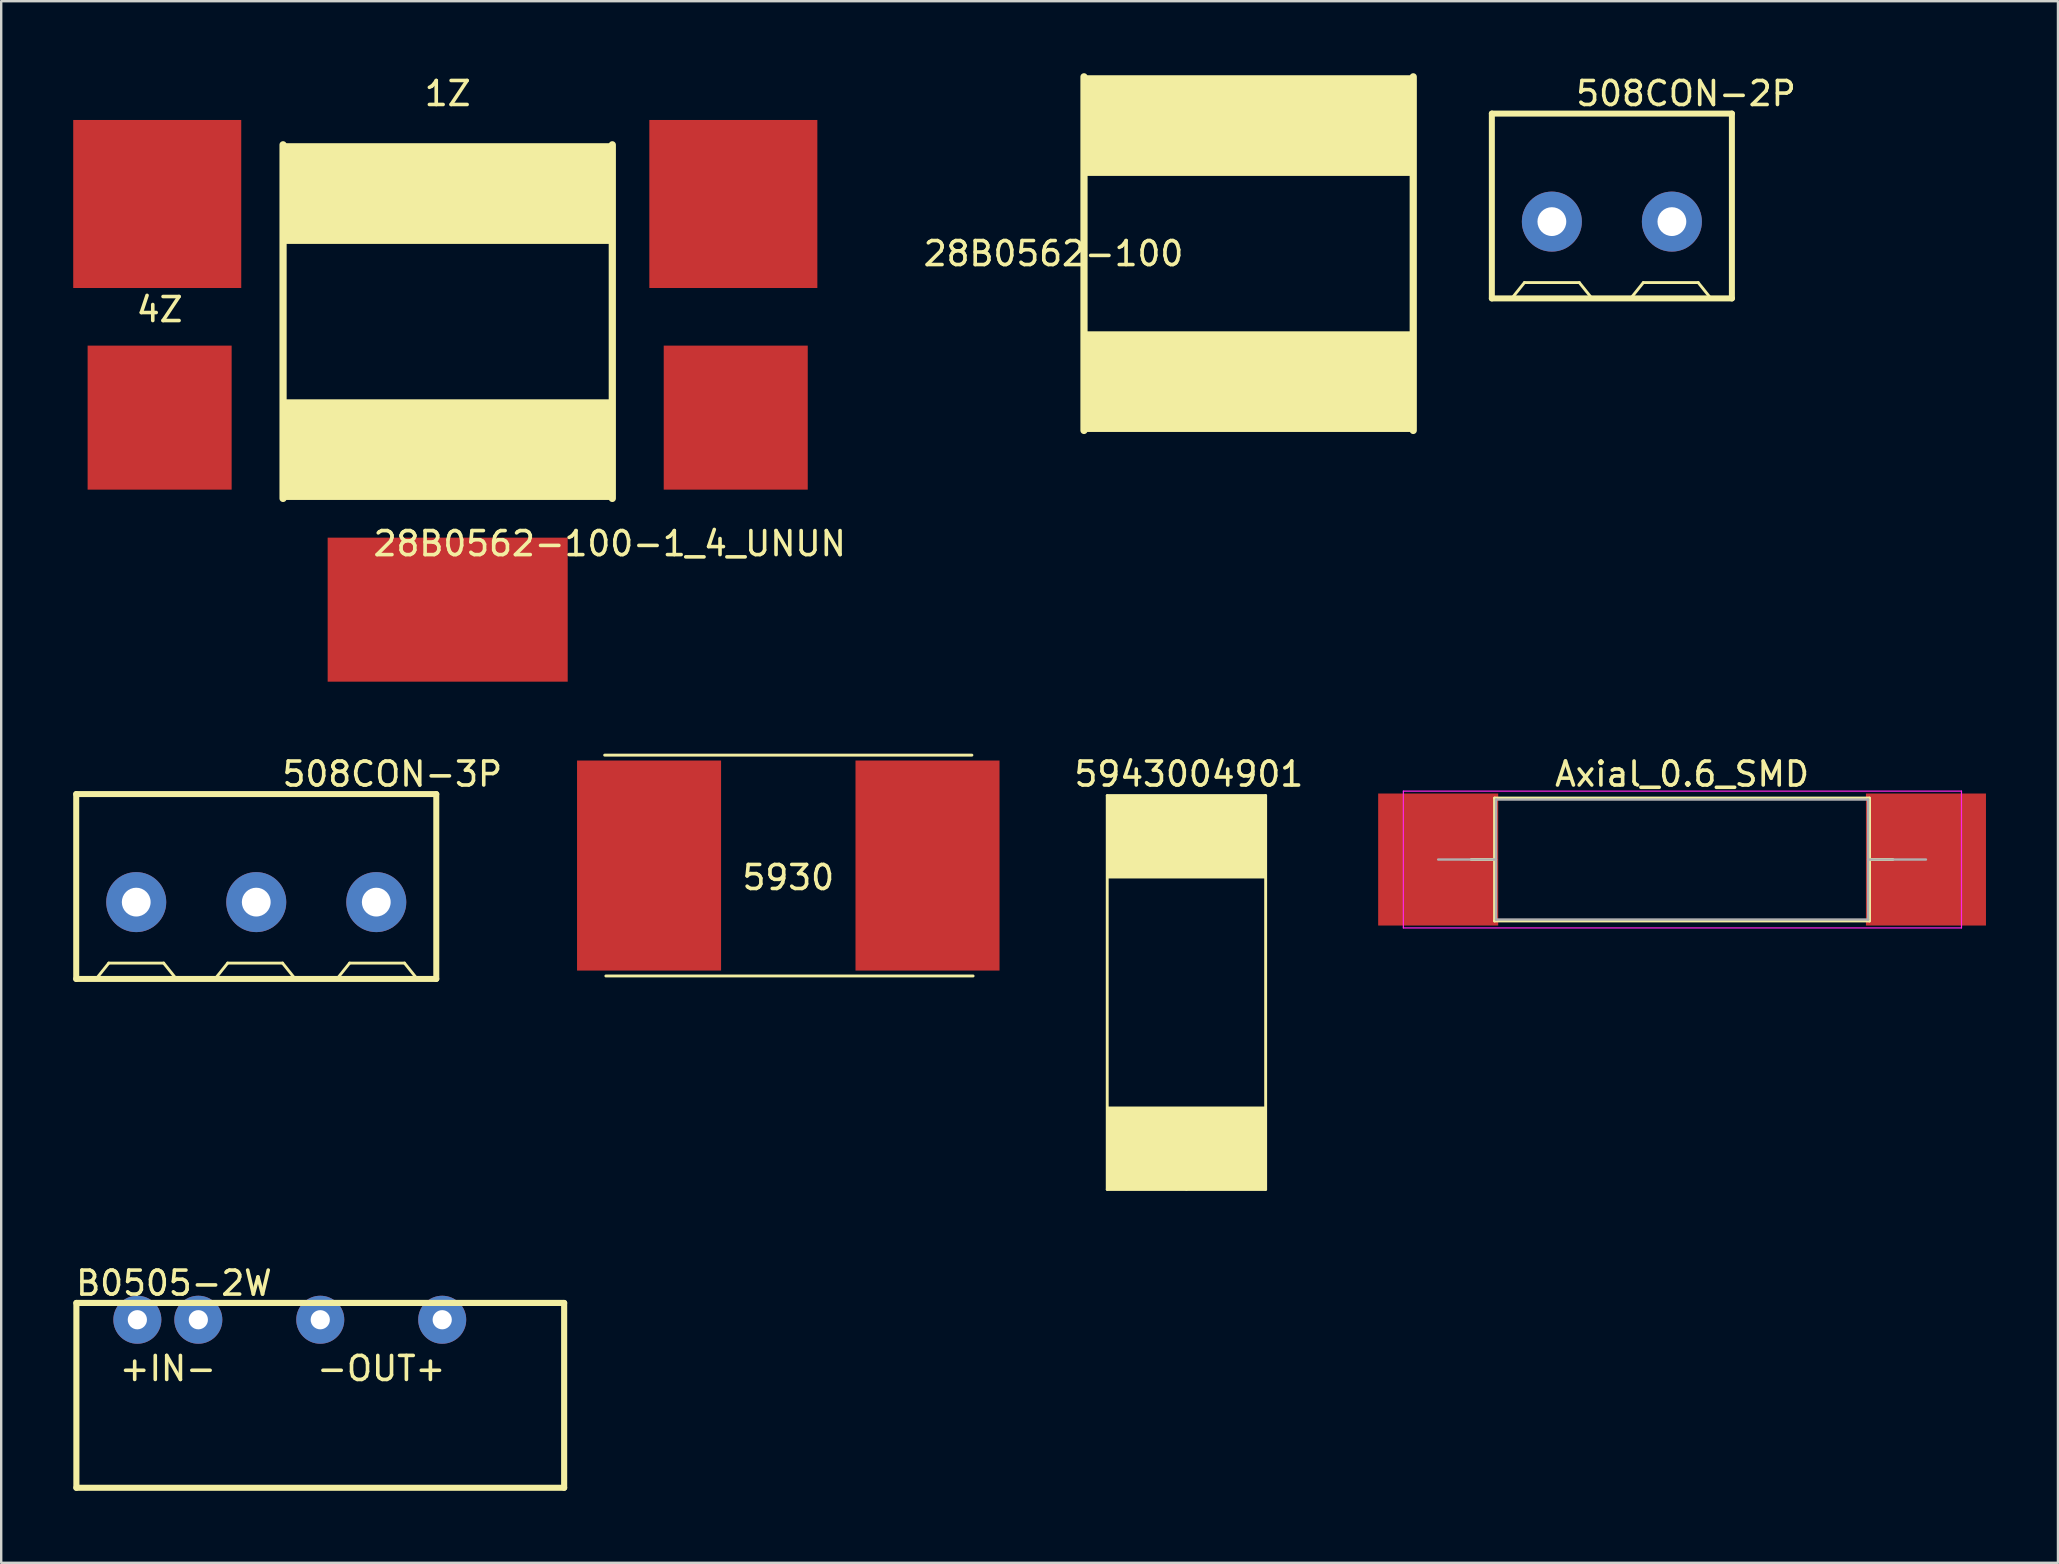
<source format=kicad_pcb>
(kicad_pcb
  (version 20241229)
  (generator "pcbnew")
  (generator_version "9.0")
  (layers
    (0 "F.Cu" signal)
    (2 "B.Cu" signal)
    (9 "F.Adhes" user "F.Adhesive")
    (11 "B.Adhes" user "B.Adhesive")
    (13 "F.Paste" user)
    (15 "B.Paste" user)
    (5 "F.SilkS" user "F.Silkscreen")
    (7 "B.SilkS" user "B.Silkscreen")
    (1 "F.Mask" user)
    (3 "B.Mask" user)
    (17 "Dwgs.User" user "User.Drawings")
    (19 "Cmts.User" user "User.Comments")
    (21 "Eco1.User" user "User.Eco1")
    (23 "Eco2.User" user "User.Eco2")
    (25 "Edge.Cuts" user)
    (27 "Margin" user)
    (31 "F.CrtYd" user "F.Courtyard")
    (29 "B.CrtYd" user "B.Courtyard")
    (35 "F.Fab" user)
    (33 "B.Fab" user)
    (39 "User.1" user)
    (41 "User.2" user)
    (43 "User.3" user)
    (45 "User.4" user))
  (footprint "28B0562-100-1_4_UNUN"
    (layer "F.Cu")
    (at 15.6 10.348)
    (property "Reference" "28B0562-100-1_4_UNUN" (at 6.75 9.25 0) (layer "F.SilkS") (effects (font (size 1 1) (thickness 0.15))))
    (attr through_hole)
    (fp_line (start -6.858 -7.366) (end -6.858 7.366) (stroke (width 0.3) (type solid)) (layer "F.SilkS"))
    (fp_line (start -6.858 -3.302) (end 6.858 -3.302) (stroke (width 0.12) (type solid)) (layer "F.SilkS"))
    (fp_line (start -6.858 3.302) (end 6.858 3.302) (stroke (width 0.12) (type solid)) (layer "F.SilkS"))
    (fp_line (start -6.858 7.366) (end 6.858 7.366) (stroke (width 0.12) (type solid)) (layer "F.SilkS"))
    (fp_line (start 6.858 -7.366) (end -6.858 -7.366) (stroke (width 0.12) (type solid)) (layer "F.SilkS"))
    (fp_line (start 6.858 7.366) (end 6.858 -7.366) (stroke (width 0.3) (type solid)) (layer "F.SilkS"))
    (fp_poly (pts (xy -6.858 -7.366) (xy 6.858 -7.366) (xy 6.858 -3.302) (xy -6.858 -3.302)) (stroke (width 0.1) (type solid)) (fill yes) (layer "F.SilkS"))
    (fp_poly (pts (xy -6.858 3.302) (xy 6.858 3.302) (xy 6.858 7.366) (xy -6.858 7.366)) (stroke (width 0.1) (type solid)) (fill yes) (layer "F.SilkS"))
    (fp_text user "1Z" (at 0 -9.5 0) (layer "F.SilkS") (effects (font (size 1 1) (thickness 0.15))))
    (fp_text user "4Z" (at -12 -0.5 0) (layer "F.SilkS") (effects (font (size 1 1) (thickness 0.15))))
    (pad "1" smd rect (at -12 4) (size 6 6) (layers "F.Cu" "F.Mask" "F.Paste"))
    (pad "2" smd rect (at 12 4) (size 6 6) (layers "F.Cu" "F.Mask" "F.Paste"))
    (pad "3" smd rect (at -12.1 -4.9) (size 7 7) (layers "F.Cu" "F.Mask" "F.Paste"))
    (pad "4" smd rect (at 0 12) (size 10 6) (layers "F.Cu" "F.Mask" "F.Paste"))
    (pad "5" smd rect (at 11.9 -4.9) (size 7 7) (layers "F.Cu" "F.Mask" "F.Paste")))
  (footprint "5943004901"
    (layer "F.Cu")
    (at 46.376 38.297)
    (property "Reference" "5943004901" (at 0.1 -9.1 0) (layer "F.SilkS") (effects (font (size 1 1) (thickness 0.15))))
    (attr through_hole)
    (fp_line (start -3.3 -8.2) (end -3.3 8.2) (stroke (width 0.12) (type solid)) (layer "F.SilkS"))
    (fp_line (start -3.3 8.2) (end 0 8.2) (stroke (width 0.12) (type solid)) (layer "F.SilkS"))
    (fp_line (start 0 8.2) (end 3.3 8.2) (stroke (width 0.12) (type solid)) (layer "F.SilkS"))
    (fp_line (start 3.3 -8.2) (end -3.3 -8.2) (stroke (width 0.12) (type solid)) (layer "F.SilkS"))
    (fp_line (start 3.3 8.2) (end 3.3 -8.2) (stroke (width 0.12) (type solid)) (layer "F.SilkS"))
    (fp_poly (pts (xy -3.3 -4.8) (xy 3.3 -4.8) (xy 3.3 -8.2) (xy -3.3 -8.2)) (stroke (width 0.1) (type solid)) (fill yes) (layer "F.SilkS"))
    (fp_poly (pts (xy -3.3 4.8) (xy -3.3 8.2) (xy 3.3 8.2) (xy 3.3 4.8)) (stroke (width 0.1) (type solid)) (fill yes) (layer "F.SilkS")))
  (footprint "508CON-2P"
    (layer "F.Cu")
    (at 61.599 6.182)
    (property "Reference" "508CON-2P" (at 5.588 -5.334 0) (layer "F.SilkS") (effects (font (size 1 1) (thickness 0.15))))
    (attr through_hole)
    (fp_line (start -2.5 -4.5) (end -2.5 3.2) (stroke (width 0.25) (type solid)) (layer "F.SilkS"))
    (fp_line (start -2.5 -4.5) (end 7.5 -4.5) (stroke (width 0.25) (type solid)) (layer "F.SilkS"))
    (fp_line (start -2.5 3.2) (end 7.5 3.2) (stroke (width 0.25) (type solid)) (layer "F.SilkS"))
    (fp_line (start -1.651 3.175) (end -1.143 2.54) (stroke (width 0.12) (type solid)) (layer "F.SilkS"))
    (fp_line (start -1.143 2.54) (end 1.143 2.54) (stroke (width 0.12) (type solid)) (layer "F.SilkS"))
    (fp_line (start 1.143 2.54) (end 1.651 3.175) (stroke (width 0.12) (type solid)) (layer "F.SilkS"))
    (fp_line (start 3.302 3.175) (end 3.81 2.54) (stroke (width 0.12) (type solid)) (layer "F.SilkS"))
    (fp_line (start 3.81 2.54) (end 6.096 2.54) (stroke (width 0.12) (type solid)) (layer "F.SilkS"))
    (fp_line (start 6.096 2.54) (end 6.604 3.175) (stroke (width 0.12) (type solid)) (layer "F.SilkS"))
    (fp_line (start 7.5 -4.5) (end 7.5 3.2) (stroke (width 0.25) (type solid)) (layer "F.SilkS"))
    (pad "1" thru_hole circle (at 0 0) (size 2.5 2.5) (drill 1.2) (layers "*.Cu" "*.Mask"))
    (pad "2" thru_hole circle (at 5 0) (size 2.5 2.5) (drill 1.2) (layers "*.Cu" "*.Mask")))
  (footprint "508CON-3P"
    (layer "F.Cu")
    (at 2.625 34.531)
    (property "Reference" "508CON-3P" (at 10.668 -5.334 0) (layer "F.SilkS") (effects (font (size 1 1) (thickness 0.15))))
    (attr through_hole)
    (fp_line (start -2.5 -4.5) (end -2.5 3.2) (stroke (width 0.25) (type solid)) (layer "F.SilkS"))
    (fp_line (start -2.5 -4.5) (end 12.5 -4.5) (stroke (width 0.25) (type solid)) (layer "F.SilkS"))
    (fp_line (start -2.5 3.2) (end 12.5 3.2) (stroke (width 0.25) (type solid)) (layer "F.SilkS"))
    (fp_line (start -1.651 3.175) (end -1.143 2.54) (stroke (width 0.12) (type solid)) (layer "F.SilkS"))
    (fp_line (start -1.143 2.54) (end 1.143 2.54) (stroke (width 0.12) (type solid)) (layer "F.SilkS"))
    (fp_line (start 1.143 2.54) (end 1.651 3.175) (stroke (width 0.12) (type solid)) (layer "F.SilkS"))
    (fp_line (start 3.302 3.175) (end 3.81 2.54) (stroke (width 0.12) (type solid)) (layer "F.SilkS"))
    (fp_line (start 3.81 2.54) (end 6.096 2.54) (stroke (width 0.12) (type solid)) (layer "F.SilkS"))
    (fp_line (start 6.096 2.54) (end 6.604 3.175) (stroke (width 0.12) (type solid)) (layer "F.SilkS"))
    (fp_line (start 8.382 3.175) (end 8.89 2.54) (stroke (width 0.12) (type solid)) (layer "F.SilkS"))
    (fp_line (start 8.89 2.54) (end 11.176 2.54) (stroke (width 0.12) (type solid)) (layer "F.SilkS"))
    (fp_line (start 11.176 2.54) (end 11.684 3.175) (stroke (width 0.12) (type solid)) (layer "F.SilkS"))
    (fp_line (start 12.5 -4.5) (end 12.5 3.2) (stroke (width 0.25) (type solid)) (layer "F.SilkS"))
    (pad "1" thru_hole circle (at 0 0) (size 2.5 2.5) (drill 1.2) (layers "*.Cu" "*.Mask"))
    (pad "2" thru_hole circle (at 5 0) (size 2.5 2.5) (drill 1.2) (layers "*.Cu" "*.Mask"))
    (pad "3" thru_hole circle (at 10 0 90) (size 2.5 2.5) (drill 1.2) (layers "*.Cu" "*.Mask")))
  (footprint "B0505-2W"
    (layer "F.Cu")
    (at 2.672 51.929)
    (property "Reference" "B0505-2W" (at 1.524 -1.524 0) (layer "F.SilkS") (effects (font (size 1 1) (thickness 0.15))))
    (attr through_hole)
    (fp_line (start -2.54 -0.7) (end -2.54 7) (stroke (width 0.254) (type solid)) (layer "F.SilkS"))
    (fp_line (start -2.54 -0.7) (end 17.78 -0.7) (stroke (width 0.254) (type solid)) (layer "F.SilkS"))
    (fp_line (start -2.54 7) (end 17.78 7) (stroke (width 0.254) (type solid)) (layer "F.SilkS"))
    (fp_line (start 17.78 -0.7) (end 17.78 7) (stroke (width 0.254) (type solid)) (layer "F.SilkS"))
    (fp_text user "-OUT+" (at 10.16 2.032 0) (layer "F.SilkS") (effects (font (size 1 1) (thickness 0.15))))
    (fp_text user "+IN-" (at 1.27 2.032 0) (layer "F.SilkS") (effects (font (size 1 1) (thickness 0.15))))
    (pad "1" thru_hole circle (at 0 0) (size 2 2) (drill 0.8) (layers "*.Cu" "*.Mask"))
    (pad "2" thru_hole circle (at 2.54 0) (size 2 2) (drill 0.8) (layers "*.Cu" "*.Mask"))
    (pad "3" thru_hole circle (at 7.62 0) (size 2 2) (drill 0.8) (layers "*.Cu" "*.Mask"))
    (pad "4" thru_hole circle (at 12.7 0) (size 2 2) (drill 0.8) (layers "*.Cu" "*.Mask")))
  (footprint "5930"
    (layer "F.Cu")
    (at 29.789 33.008)
    (property "Reference" "5930" (at 0 0.5 0) (layer "F.SilkS") (effects (font (size 1 1) (thickness 0.15))))
    (attr through_hole)
    (fp_line (start -7.65 -4.6) (end 7.65 -4.6) (stroke (width 0.12) (type solid)) (layer "F.SilkS"))
    (fp_line (start -7.6 4.6) (end 7.7 4.6) (stroke (width 0.12) (type solid)) (layer "F.SilkS"))
    (pad "1" smd rect (at -5.8 0) (size 6 8.75) (layers "F.Cu" "F.Mask" "F.Paste"))
    (pad "2" smd rect (at 5.8 0) (size 6 8.75) (layers "F.Cu" "F.Mask" "F.Paste")))
  (footprint "28B0562-100"
    (layer "F.Cu")
    (at 48.966 7.516)
    (property "Reference" "28B0562-100" (at -8.128 0 0) (layer "F.SilkS") (effects (font (size 1 1) (thickness 0.15))))
    (attr through_hole)
    (fp_line (start -6.858 -7.366) (end -6.858 7.366) (stroke (width 0.3) (type solid)) (layer "F.SilkS"))
    (fp_line (start -6.858 -3.302) (end 6.858 -3.302) (stroke (width 0.12) (type solid)) (layer "F.SilkS"))
    (fp_line (start -6.858 3.302) (end 6.858 3.302) (stroke (width 0.12) (type solid)) (layer "F.SilkS"))
    (fp_line (start -6.858 7.366) (end 6.858 7.366) (stroke (width 0.12) (type solid)) (layer "F.SilkS"))
    (fp_line (start 6.858 -7.366) (end -6.858 -7.366) (stroke (width 0.12) (type solid)) (layer "F.SilkS"))
    (fp_line (start 6.858 7.366) (end 6.858 -7.366) (stroke (width 0.3) (type solid)) (layer "F.SilkS"))
    (fp_poly (pts (xy -6.858 -7.366) (xy 6.858 -7.366) (xy 6.858 -3.302) (xy -6.858 -3.302)) (stroke (width 0.1) (type solid)) (fill yes) (layer "F.SilkS"))
    (fp_poly (pts (xy -6.858 3.302) (xy 6.858 3.302) (xy 6.858 7.366) (xy -6.858 7.366)) (stroke (width 0.1) (type solid)) (fill yes) (layer "F.SilkS")))
  (footprint "Axial_0.6_SMD"
    (layer "F.Cu")
    (at 56.863 32.757)
    (property "Reference" "Axial_0.6_SMD" (at 10.16 -3.56 0) (layer "F.SilkS") (effects (font (size 1 1) (thickness 0.15))))
    (attr through_hole)
    (fp_line (start 1.38 0) (end 2.35 0) (stroke (width 0.12) (type solid)) (layer "F.SilkS"))
    (fp_line (start 2.35 -2.56) (end 2.35 2.56) (stroke (width 0.12) (type solid)) (layer "F.SilkS"))
    (fp_line (start 2.35 2.56) (end 17.97 2.56) (stroke (width 0.12) (type solid)) (layer "F.SilkS"))
    (fp_line (start 17.97 -2.56) (end 2.35 -2.56) (stroke (width 0.12) (type solid)) (layer "F.SilkS"))
    (fp_line (start 17.97 2.56) (end 17.97 -2.56) (stroke (width 0.12) (type solid)) (layer "F.SilkS"))
    (fp_line (start 18.94 0) (end 17.97 0) (stroke (width 0.12) (type solid)) (layer "F.SilkS"))
    (fp_line (start -1.45 -2.85) (end -1.45 2.85) (stroke (width 0.05) (type solid)) (layer "F.CrtYd"))
    (fp_line (start -1.45 2.85) (end 21.8 2.85) (stroke (width 0.05) (type solid)) (layer "F.CrtYd"))
    (fp_line (start 21.8 -2.85) (end -1.45 -2.85) (stroke (width 0.05) (type solid)) (layer "F.CrtYd"))
    (fp_line (start 21.8 2.85) (end 21.8 -2.85) (stroke (width 0.05) (type solid)) (layer "F.CrtYd"))
    (fp_line (start 0 0) (end 2.41 0) (stroke (width 0.1) (type solid)) (layer "F.Fab"))
    (fp_line (start 2.41 -2.5) (end 2.41 2.5) (stroke (width 0.1) (type solid)) (layer "F.Fab"))
    (fp_line (start 2.41 2.5) (end 17.91 2.5) (stroke (width 0.1) (type solid)) (layer "F.Fab"))
    (fp_line (start 17.91 -2.5) (end 2.41 -2.5) (stroke (width 0.1) (type solid)) (layer "F.Fab"))
    (fp_line (start 17.91 2.5) (end 17.91 -2.5) (stroke (width 0.1) (type solid)) (layer "F.Fab"))
    (fp_line (start 20.32 0) (end 17.91 0) (stroke (width 0.1) (type solid)) (layer "F.Fab"))
    (pad "1" smd rect (at 0 0) (size 5 5.5) (layers "F.Cu" "F.Mask" "F.Paste"))
    (pad "2" smd rect (at 20.32 0) (size 5 5.5) (layers "F.Cu" "F.Mask" "F.Paste")))
  (gr_rect
    (start -3 -3)
    (end 82.683 62.056)
    (stroke (width 0.1) (type default))
    (fill no)
    (layer "Edge.Cuts")))
</source>
